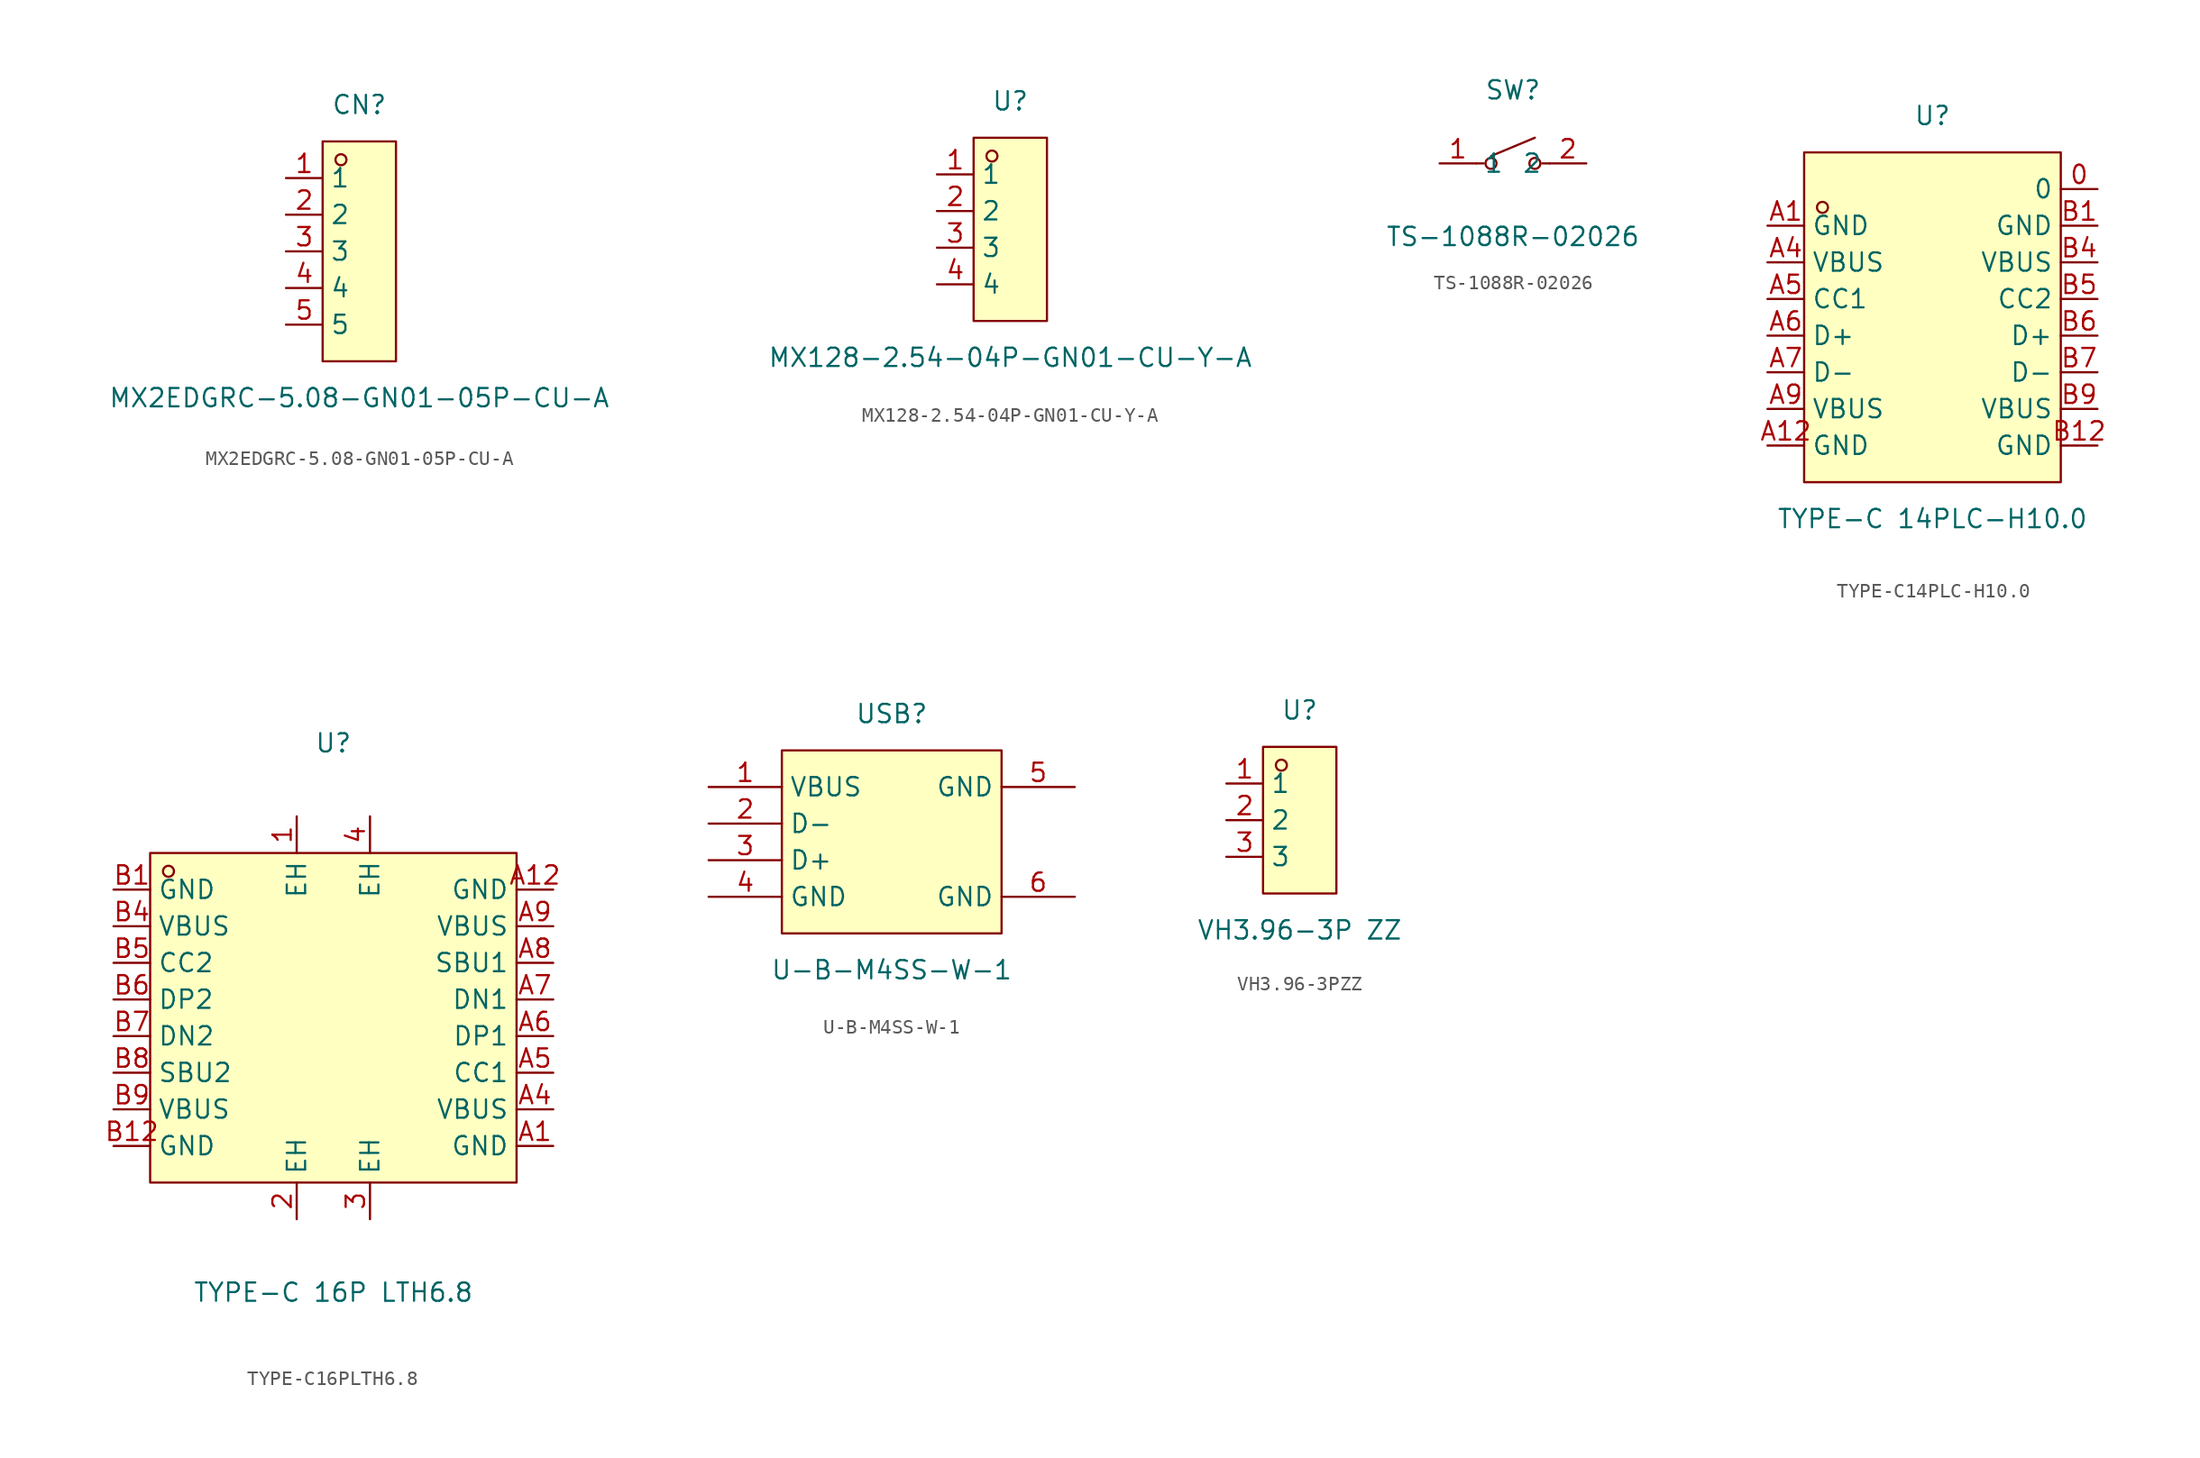
<source format=kicad_sym>
(kicad_symbol_lib
  (version 20211014)
  (generator https://github.com/uPesy/easyeda2kicad.py)
  (symbol "MX2EDGRC-5.08-GN01-05P-CU-A"
    (property "Reference" "CN"
      (at 0 10.16 0)
      (effects (font (size 1.27 1.27))))
    (property "Value" "MX2EDGRC-5.08-GN01-05P-CU-A"
      (at 0 -10.16 0)
      (effects (font (size 1.27 1.27))))
    (symbol "MX2EDGRC-5.08-GN01-05P-CU-A_0_1"
      (rectangle (start -2.54 7.62) (end 2.54 -7.62) (stroke (width 0) (type default) (color 0 0 0 0)) (fill (type background)))
      (circle (center -1.27 6.35) (radius 0.38) (stroke (width 0) (type default) (color 0 0 0 0)) (fill (type none)))
      (pin unspecified line (at -5.08 5.08 0) (length 2.54) (name "1" (effects (font (size 1.27 1.27)))) (number "1" (effects (font (size 1.27 1.27)))))
      (pin unspecified line (at -5.08 2.54 0) (length 2.54) (name "2" (effects (font (size 1.27 1.27)))) (number "2" (effects (font (size 1.27 1.27)))))
      (pin unspecified line (at -5.08 -0.00 0) (length 2.54) (name "3" (effects (font (size 1.27 1.27)))) (number "3" (effects (font (size 1.27 1.27)))))
      (pin unspecified line (at -5.08 -2.54 0) (length 2.54) (name "4" (effects (font (size 1.27 1.27)))) (number "4" (effects (font (size 1.27 1.27)))))
      (pin unspecified line (at -5.08 -5.08 0) (length 2.54) (name "5" (effects (font (size 1.27 1.27)))) (number "5" (effects (font (size 1.27 1.27)))))))
  (symbol "MX128-2.54-04P-GN01-CU-Y-A"
    (property "Reference" "U"
      (at 0 8.89 0)
      (effects (font (size 1.27 1.27))))
    (property "Value" "MX128-2.54-04P-GN01-CU-Y-A"
      (at 0 -8.89 0)
      (effects (font (size 1.27 1.27))))
    (symbol "MX128-2.54-04P-GN01-CU-Y-A_0_1"
      (rectangle (start -2.54 6.35) (end 2.54 -6.35) (stroke (width 0) (type default) (color 0 0 0 0)) (fill (type background)))
      (circle (center -1.27 5.08) (radius 0.38) (stroke (width 0) (type default) (color 0 0 0 0)) (fill (type none)))
      (pin unspecified line (at -5.08 3.81 0) (length 2.54) (name "1" (effects (font (size 1.27 1.27)))) (number "1" (effects (font (size 1.27 1.27)))))
      (pin unspecified line (at -5.08 1.27 0) (length 2.54) (name "2" (effects (font (size 1.27 1.27)))) (number "2" (effects (font (size 1.27 1.27)))))
      (pin unspecified line (at -5.08 -1.27 0) (length 2.54) (name "3" (effects (font (size 1.27 1.27)))) (number "3" (effects (font (size 1.27 1.27)))))
      (pin unspecified line (at -5.08 -3.81 0) (length 2.54) (name "4" (effects (font (size 1.27 1.27)))) (number "4" (effects (font (size 1.27 1.27)))))))
  (symbol "TS-1088R-02026"
    (property "Reference" "SW"
      (at 0 5.08 0)
      (effects (font (size 1.27 1.27))))
    (property "Value" "TS-1088R-02026"
      (at 0 -5.08 0)
      (effects (font (size 1.27 1.27))))
    (symbol "TS-1088R-02026_0_1"
      (circle (center 1.52 -0.00) (radius 0.38) (stroke (width 0) (type default) (color 0 0 0 0)) (fill (type none)))
      (circle (center -1.52 -0.00) (radius 0.38) (stroke (width 0) (type default) (color 0 0 0 0)) (fill (type none)))
      (polyline (pts (xy -1.52 0.51) (xy 1.52 1.78)) (stroke (width 0) (type default) (color 0 0 0 0)) (fill (type none)))
      (polyline (pts (xy -2.03 -0.00) (xy -2.54 -0.00)) (stroke (width 0) (type default) (color 0 0 0 0)) (fill (type none)))
      (polyline (pts (xy 2.03 -0.00) (xy 2.54 -0.00)) (stroke (width 0) (type default) (color 0 0 0 0)) (fill (type none)))
      (pin unspecified line (at 5.08 -0.00 180) (length 2.54) (name "2" (effects (font (size 1.27 1.27)))) (number "2" (effects (font (size 1.27 1.27)))))
      (pin unspecified line (at -5.08 -0.00 0) (length 2.54) (name "1" (effects (font (size 1.27 1.27)))) (number "1" (effects (font (size 1.27 1.27)))))))
  (symbol "TYPE-C14PLC-H10.0"
    (property "Reference" "U"
      (at 0 13.97 0)
      (effects (font (size 1.27 1.27))))
    (property "Value" "TYPE-C 14PLC-H10.0"
      (at 0 -13.97 0)
      (effects (font (size 1.27 1.27))))
    (symbol "TYPE-C14PLC-H10.0_0_1"
      (rectangle (start -8.89 11.43) (end 8.89 -11.43) (stroke (width 0) (type default) (color 0 0 0 0)) (fill (type background)))
      (circle (center -7.62 7.62) (radius 0.38) (stroke (width 0) (type default) (color 0 0 0 0)) (fill (type none)))
      (pin unspecified line (at -11.43 6.35 0) (length 2.54) (name "GND" (effects (font (size 1.27 1.27)))) (number "A1" (effects (font (size 1.27 1.27)))))
      (pin unspecified line (at -11.43 3.81 0) (length 2.54) (name "VBUS" (effects (font (size 1.27 1.27)))) (number "A4" (effects (font (size 1.27 1.27)))))
      (pin unspecified line (at -11.43 1.27 0) (length 2.54) (name "CC1" (effects (font (size 1.27 1.27)))) (number "A5" (effects (font (size 1.27 1.27)))))
      (pin unspecified line (at -11.43 -1.27 0) (length 2.54) (name "D+" (effects (font (size 1.27 1.27)))) (number "A6" (effects (font (size 1.27 1.27)))))
      (pin unspecified line (at -11.43 -3.81 0) (length 2.54) (name "D-" (effects (font (size 1.27 1.27)))) (number "A7" (effects (font (size 1.27 1.27)))))
      (pin unspecified line (at -11.43 -6.35 0) (length 2.54) (name "VBUS" (effects (font (size 1.27 1.27)))) (number "A9" (effects (font (size 1.27 1.27)))))
      (pin unspecified line (at -11.43 -8.89 0) (length 2.54) (name "GND" (effects (font (size 1.27 1.27)))) (number "A12" (effects (font (size 1.27 1.27)))))
      (pin unspecified line (at 11.43 6.35 180) (length 2.54) (name "GND" (effects (font (size 1.27 1.27)))) (number "B1" (effects (font (size 1.27 1.27)))))
      (pin unspecified line (at 11.43 3.81 180) (length 2.54) (name "VBUS" (effects (font (size 1.27 1.27)))) (number "B4" (effects (font (size 1.27 1.27)))))
      (pin unspecified line (at 11.43 1.27 180) (length 2.54) (name "CC2" (effects (font (size 1.27 1.27)))) (number "B5" (effects (font (size 1.27 1.27)))))
      (pin unspecified line (at 11.43 -1.27 180) (length 2.54) (name "D+" (effects (font (size 1.27 1.27)))) (number "B6" (effects (font (size 1.27 1.27)))))
      (pin unspecified line (at 11.43 -3.81 180) (length 2.54) (name "D-" (effects (font (size 1.27 1.27)))) (number "B7" (effects (font (size 1.27 1.27)))))
      (pin unspecified line (at 11.43 -6.35 180) (length 2.54) (name "VBUS" (effects (font (size 1.27 1.27)))) (number "B9" (effects (font (size 1.27 1.27)))))
      (pin unspecified line (at 11.43 -8.89 180) (length 2.54) (name "GND" (effects (font (size 1.27 1.27)))) (number "B12" (effects (font (size 1.27 1.27)))))
      (pin unspecified line (at 11.43 8.89 180) (length 2.54) (name "0" (effects (font (size 1.27 1.27)))) (number "0" (effects (font (size 1.27 1.27)))))))
  (symbol "TYPE-C16PLTH6.8"
    (property "Reference" "U"
      (at 0 19.05 0)
      (effects (font (size 1.27 1.27))))
    (property "Value" "TYPE-C 16P LTH6.8"
      (at 0 -19.05 0)
      (effects (font (size 1.27 1.27))))
    (symbol "TYPE-C16PLTH6.8_0_1"
      (rectangle (start -12.70 11.43) (end 12.70 -11.43) (stroke (width 0) (type default) (color 0 0 0 0)) (fill (type background)))
      (circle (center -11.43 10.16) (radius 0.38) (stroke (width 0) (type default) (color 0 0 0 0)) (fill (type none)))
      (pin unspecified line (at -15.24 8.89 0) (length 2.54) (name "GND" (effects (font (size 1.27 1.27)))) (number "B1" (effects (font (size 1.27 1.27)))))
      (pin unspecified line (at -15.24 6.35 0) (length 2.54) (name "VBUS" (effects (font (size 1.27 1.27)))) (number "B4" (effects (font (size 1.27 1.27)))))
      (pin unspecified line (at -15.24 3.81 0) (length 2.54) (name "CC2" (effects (font (size 1.27 1.27)))) (number "B5" (effects (font (size 1.27 1.27)))))
      (pin unspecified line (at -15.24 1.27 0) (length 2.54) (name "DP2" (effects (font (size 1.27 1.27)))) (number "B6" (effects (font (size 1.27 1.27)))))
      (pin unspecified line (at -15.24 -1.27 0) (length 2.54) (name "DN2" (effects (font (size 1.27 1.27)))) (number "B7" (effects (font (size 1.27 1.27)))))
      (pin unspecified line (at -15.24 -3.81 0) (length 2.54) (name "SBU2" (effects (font (size 1.27 1.27)))) (number "B8" (effects (font (size 1.27 1.27)))))
      (pin unspecified line (at -15.24 -6.35 0) (length 2.54) (name "VBUS" (effects (font (size 1.27 1.27)))) (number "B9" (effects (font (size 1.27 1.27)))))
      (pin unspecified line (at -15.24 -8.89 0) (length 2.54) (name "GND" (effects (font (size 1.27 1.27)))) (number "B12" (effects (font (size 1.27 1.27)))))
      (pin unspecified line (at 15.24 -8.89 180) (length 2.54) (name "GND" (effects (font (size 1.27 1.27)))) (number "A1" (effects (font (size 1.27 1.27)))))
      (pin unspecified line (at 15.24 -6.35 180) (length 2.54) (name "VBUS" (effects (font (size 1.27 1.27)))) (number "A4" (effects (font (size 1.27 1.27)))))
      (pin unspecified line (at 15.24 -3.81 180) (length 2.54) (name "CC1" (effects (font (size 1.27 1.27)))) (number "A5" (effects (font (size 1.27 1.27)))))
      (pin unspecified line (at 15.24 -1.27 180) (length 2.54) (name "DP1" (effects (font (size 1.27 1.27)))) (number "A6" (effects (font (size 1.27 1.27)))))
      (pin unspecified line (at 15.24 1.27 180) (length 2.54) (name "DN1" (effects (font (size 1.27 1.27)))) (number "A7" (effects (font (size 1.27 1.27)))))
      (pin unspecified line (at 15.24 3.81 180) (length 2.54) (name "SBU1" (effects (font (size 1.27 1.27)))) (number "A8" (effects (font (size 1.27 1.27)))))
      (pin unspecified line (at 15.24 6.35 180) (length 2.54) (name "VBUS" (effects (font (size 1.27 1.27)))) (number "A9" (effects (font (size 1.27 1.27)))))
      (pin unspecified line (at 15.24 8.89 180) (length 2.54) (name "GND" (effects (font (size 1.27 1.27)))) (number "A12" (effects (font (size 1.27 1.27)))))
      (pin unspecified line (at -2.54 13.97 270) (length 2.54) (name "EH" (effects (font (size 1.27 1.27)))) (number "1" (effects (font (size 1.27 1.27)))))
      (pin unspecified line (at 2.54 13.97 270) (length 2.54) (name "EH" (effects (font (size 1.27 1.27)))) (number "4" (effects (font (size 1.27 1.27)))))
      (pin unspecified line (at -2.54 -13.97 90) (length 2.54) (name "EH" (effects (font (size 1.27 1.27)))) (number "2" (effects (font (size 1.27 1.27)))))
      (pin unspecified line (at 2.54 -13.97 90) (length 2.54) (name "EH" (effects (font (size 1.27 1.27)))) (number "3" (effects (font (size 1.27 1.27)))))))
  (symbol "U-B-M4SS-W-1"
    (property "Reference" "USB"
      (at 0 10.16 0)
      (effects (font (size 1.27 1.27))))
    (property "Value" "U-B-M4SS-W-1"
      (at 0 -7.62 0)
      (effects (font (size 1.27 1.27))))
    (symbol "U-B-M4SS-W-1_0_1"
      (rectangle (start -7.62 7.62) (end 7.62 -5.08) (stroke (width 0) (type default) (color 0 0 0 0)) (fill (type background)))
      (pin unspecified line (at 12.70 5.08 180) (length 5.08) (name "GND" (effects (font (size 1.27 1.27)))) (number "5" (effects (font (size 1.27 1.27)))))
      (pin unspecified line (at -12.70 -2.54 0) (length 5.08) (name "GND" (effects (font (size 1.27 1.27)))) (number "4" (effects (font (size 1.27 1.27)))))
      (pin unspecified line (at -12.70 -0.00 0) (length 5.08) (name "D+" (effects (font (size 1.27 1.27)))) (number "3" (effects (font (size 1.27 1.27)))))
      (pin unspecified line (at -12.70 2.54 0) (length 5.08) (name "D-" (effects (font (size 1.27 1.27)))) (number "2" (effects (font (size 1.27 1.27)))))
      (pin unspecified line (at -12.70 5.08 0) (length 5.08) (name "VBUS" (effects (font (size 1.27 1.27)))) (number "1" (effects (font (size 1.27 1.27)))))
      (pin unspecified line (at 12.70 -2.54 180) (length 5.08) (name "GND" (effects (font (size 1.27 1.27)))) (number "6" (effects (font (size 1.27 1.27)))))))
  (symbol "VH3.96-3PZZ"
    (property "Reference" "U"
      (at 0 7.62 0)
      (effects (font (size 1.27 1.27))))
    (property "Value" "VH3.96-3P ZZ"
      (at 0 -7.62 0)
      (effects (font (size 1.27 1.27))))
    (symbol "VH3.96-3PZZ_0_1"
      (rectangle (start -2.54 5.08) (end 2.54 -5.08) (stroke (width 0) (type default) (color 0 0 0 0)) (fill (type background)))
      (circle (center -1.27 3.81) (radius 0.38) (stroke (width 0) (type default) (color 0 0 0 0)) (fill (type none)))
      (pin unspecified line (at -5.08 2.54 0) (length 2.54) (name "1" (effects (font (size 1.27 1.27)))) (number "1" (effects (font (size 1.27 1.27)))))
      (pin unspecified line (at -5.08 -0.00 0) (length 2.54) (name "2" (effects (font (size 1.27 1.27)))) (number "2" (effects (font (size 1.27 1.27)))))
      (pin unspecified line (at -5.08 -2.54 0) (length 2.54) (name "3" (effects (font (size 1.27 1.27)))) (number "3" (effects (font (size 1.27 1.27))))))))
</source>
